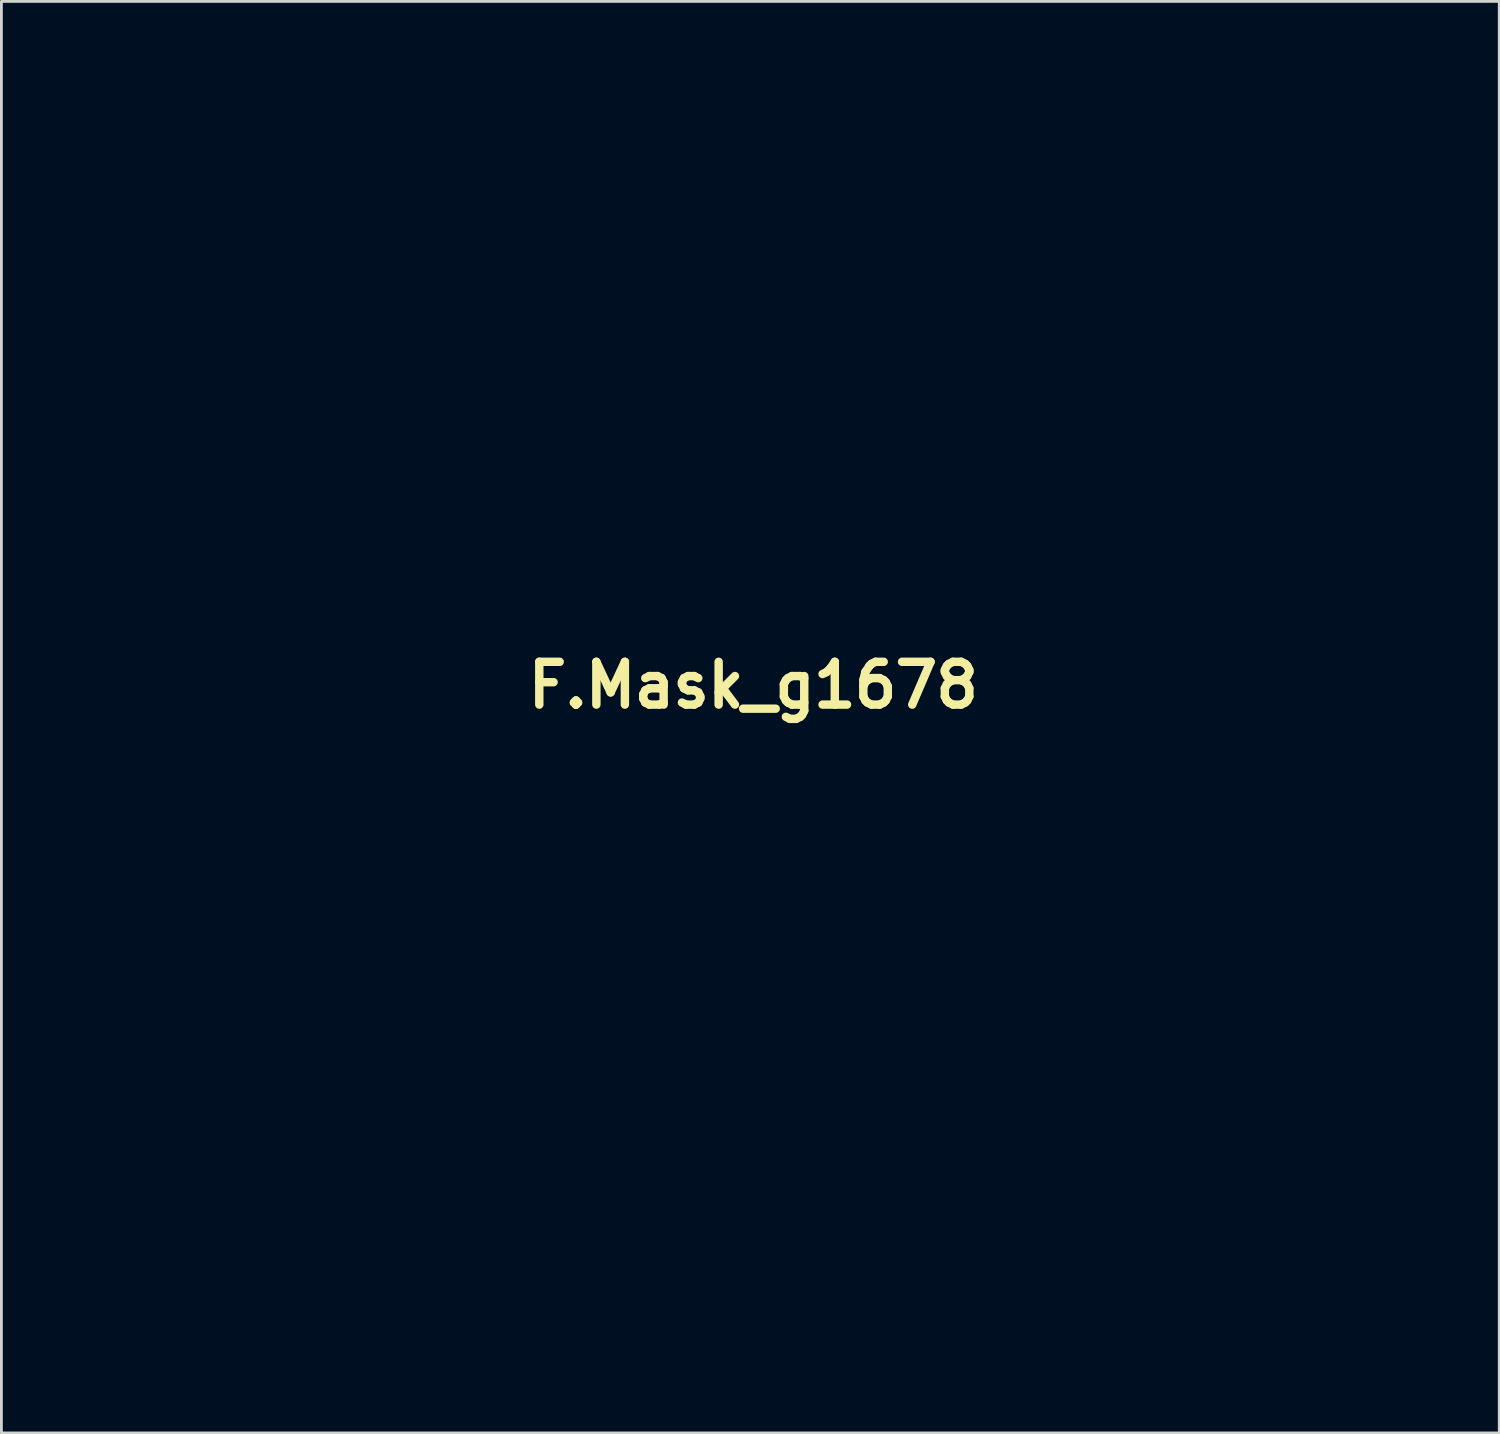
<source format=kicad_pcb>
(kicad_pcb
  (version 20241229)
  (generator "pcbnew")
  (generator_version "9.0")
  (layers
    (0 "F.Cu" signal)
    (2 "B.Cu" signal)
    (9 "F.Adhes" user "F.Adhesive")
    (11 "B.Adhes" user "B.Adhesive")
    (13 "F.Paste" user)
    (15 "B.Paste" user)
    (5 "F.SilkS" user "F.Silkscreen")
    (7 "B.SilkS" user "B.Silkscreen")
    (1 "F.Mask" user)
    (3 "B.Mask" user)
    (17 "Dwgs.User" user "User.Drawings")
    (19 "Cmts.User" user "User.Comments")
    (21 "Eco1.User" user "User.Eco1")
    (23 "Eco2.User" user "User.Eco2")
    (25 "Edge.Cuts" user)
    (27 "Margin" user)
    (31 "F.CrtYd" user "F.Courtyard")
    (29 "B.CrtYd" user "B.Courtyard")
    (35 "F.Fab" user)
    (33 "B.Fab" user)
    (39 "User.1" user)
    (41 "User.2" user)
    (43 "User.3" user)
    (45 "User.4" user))
  (footprint "F.Mask_g1678"
    (layer "F.Cu")
    (at 23.775 21.352)
    (property "Reference" "F.Mask_g1678" (at 0 0 0) (layer "F.SilkS") (effects (font (size 1.524 1.524) (thickness 0.3))))
    (attr through_hole)
    (fp_poly (pts (xy 4.216 22.969) (xy 4.433 22.999) (xy 4.625 23.049) (xy 4.71 23.082) (xy 4.786 23.121) (xy 4.858 23.168) (xy 4.915 23.214) (xy 4.948 23.253) (xy 4.953 23.267) (xy 4.935 23.277) (xy 4.882 23.281) (xy 4.79 23.281) (xy 4.657 23.276) (xy 4.651 23.276) (xy 4.308 23.274) (xy 3.937 23.296) (xy 3.543 23.342) (xy 3.132 23.411) (xy 2.71 23.503) (xy 2.485 23.56) (xy 2.356 23.593) (xy 2.263 23.613) (xy 2.202 23.62) (xy 2.17 23.616) (xy 2.163 23.599) (xy 2.164 23.596) (xy 2.191 23.56) (xy 2.251 23.511) (xy 2.337 23.453) (xy 2.443 23.389) (xy 2.562 23.322) (xy 2.688 23.257) (xy 2.815 23.197) (xy 2.936 23.145) (xy 3.01 23.117) (xy 3.241 23.049) (xy 3.485 22.999) (xy 3.734 22.97) (xy 3.98 22.959) (xy 4.216 22.969)) (stroke (width 0.01) (type solid)) (fill yes) (layer "F.Mask"))
    (fp_poly (pts (xy -23.422 -5.334) (xy -23.397 -5.272) (xy -23.375 -5.17) (xy -23.357 -5.03) (xy -23.343 -4.852) (xy -23.333 -4.637) (xy -23.332 -4.614) (xy -23.328 -4.406) (xy -23.33 -4.232) (xy -23.34 -4.088) (xy -23.357 -3.966) (xy -23.383 -3.859) (xy -23.419 -3.762) (xy -23.442 -3.712) (xy -23.486 -3.633) (xy -23.542 -3.551) (xy -23.602 -3.473) (xy -23.66 -3.407) (xy -23.71 -3.362) (xy -23.745 -3.344) (xy -23.745 -3.344) (xy -23.766 -3.362) (xy -23.77 -3.384) (xy -23.763 -3.429) (xy -23.746 -3.491) (xy -23.74 -3.51) (xy -23.716 -3.595) (xy -23.69 -3.72) (xy -23.663 -3.88) (xy -23.636 -4.073) (xy -23.608 -4.295) (xy -23.581 -4.543) (xy -23.569 -4.655) (xy -23.549 -4.854) (xy -23.531 -5.014) (xy -23.515 -5.139) (xy -23.5 -5.232) (xy -23.486 -5.297) (xy -23.472 -5.336) (xy -23.458 -5.353) (xy -23.451 -5.355) (xy -23.422 -5.334)) (stroke (width 0.01) (type solid)) (fill yes) (layer "F.Mask"))
    (fp_poly (pts (xy 23.54 5.698) (xy 23.558 5.732) (xy 23.558 5.741) (xy 23.549 5.777) (xy 23.521 5.841) (xy 23.481 5.925) (xy 23.431 6.02) (xy 23.419 6.043) (xy 23.204 6.453) (xy 23.022 6.846) (xy 22.869 7.231) (xy 22.743 7.613) (xy 22.643 8.002) (xy 22.564 8.403) (xy 22.521 8.69) (xy 22.494 8.88) (xy 22.468 9.033) (xy 22.442 9.149) (xy 22.417 9.225) (xy 22.394 9.261) (xy 22.394 9.261) (xy 22.373 9.252) (xy 22.348 9.214) (xy 22.34 9.197) (xy 22.312 9.103) (xy 22.291 8.977) (xy 22.276 8.826) (xy 22.269 8.66) (xy 22.27 8.488) (xy 22.278 8.32) (xy 22.295 8.163) (xy 22.3 8.128) (xy 22.351 7.862) (xy 22.419 7.588) (xy 22.502 7.312) (xy 22.596 7.041) (xy 22.7 6.779) (xy 22.812 6.535) (xy 22.928 6.313) (xy 23.046 6.119) (xy 23.163 5.96) (xy 23.193 5.925) (xy 23.283 5.834) (xy 23.366 5.763) (xy 23.44 5.716) (xy 23.499 5.693) (xy 23.54 5.698)) (stroke (width 0.01) (type solid)) (fill yes) (layer "F.Mask"))
    (fp_poly (pts (xy 13.933 -20.453) (xy 13.972 -20.43) (xy 14.043 -20.38) (xy 14.148 -20.304) (xy 14.285 -20.201) (xy 14.455 -20.072) (xy 14.659 -19.916) (xy 14.895 -19.734) (xy 15.164 -19.526) (xy 15.325 -19.401) (xy 15.667 -19.136) (xy 15.978 -18.896) (xy 16.262 -18.679) (xy 16.52 -18.484) (xy 16.754 -18.309) (xy 16.968 -18.151) (xy 17.163 -18.011) (xy 17.342 -17.885) (xy 17.507 -17.772) (xy 17.66 -17.67) (xy 17.764 -17.603) (xy 17.876 -17.528) (xy 17.95 -17.47) (xy 17.985 -17.43) (xy 17.981 -17.406) (xy 17.938 -17.399) (xy 17.857 -17.409) (xy 17.769 -17.428) (xy 17.638 -17.467) (xy 17.479 -17.525) (xy 17.301 -17.599) (xy 17.111 -17.685) (xy 16.917 -17.779) (xy 16.727 -17.878) (xy 16.549 -17.978) (xy 16.508 -18.003) (xy 16.187 -18.208) (xy 15.866 -18.434) (xy 15.548 -18.677) (xy 15.24 -18.932) (xy 14.945 -19.195) (xy 14.668 -19.462) (xy 14.415 -19.729) (xy 14.189 -19.991) (xy 13.995 -20.244) (xy 13.917 -20.357) (xy 13.88 -20.423) (xy 13.874 -20.459) (xy 13.898 -20.465) (xy 13.933 -20.453)) (stroke (width 0.01) (type solid)) (fill yes) (layer "F.Mask"))
    (fp_poly (pts (xy -12.435 -21.266) (xy -12.427 -21.141) (xy -12.45 -21.009) (xy -12.507 -20.86) (xy -12.514 -20.845) (xy -12.605 -20.685) (xy -12.73 -20.512) (xy -12.886 -20.33) (xy -13.068 -20.14) (xy -13.271 -19.948) (xy -13.492 -19.757) (xy -13.726 -19.569) (xy -13.969 -19.389) (xy -14.217 -19.22) (xy -14.465 -19.065) (xy -14.709 -18.929) (xy -14.945 -18.813) (xy -15.06 -18.764) (xy -15.21 -18.709) (xy -15.358 -18.665) (xy -15.499 -18.632) (xy -15.627 -18.611) (xy -15.736 -18.603) (xy -15.819 -18.61) (xy -15.869 -18.631) (xy -15.874 -18.636) (xy -15.889 -18.673) (xy -15.885 -18.692) (xy -15.86 -18.71) (xy -15.806 -18.741) (xy -15.73 -18.78) (xy -15.655 -18.816) (xy -15.478 -18.903) (xy -15.299 -19) (xy -15.114 -19.109) (xy -14.917 -19.233) (xy -14.705 -19.375) (xy -14.473 -19.538) (xy -14.215 -19.726) (xy -14.097 -19.813) (xy -13.848 -20.003) (xy -13.611 -20.188) (xy -13.39 -20.367) (xy -13.188 -20.538) (xy -13.005 -20.698) (xy -12.846 -20.846) (xy -12.713 -20.978) (xy -12.607 -21.093) (xy -12.532 -21.188) (xy -12.494 -21.251) (xy -12.45 -21.347) (xy -12.435 -21.266)) (stroke (width 0.01) (type solid)) (fill yes) (layer "F.Mask"))
    (fp_poly (pts (xy -19.206 3.416) (xy -19.187 3.443) (xy -19.169 3.495) (xy -19.152 3.577) (xy -19.134 3.693) (xy -19.124 3.768) (xy -19.084 3.998) (xy -19.03 4.188) (xy -18.961 4.338) (xy -18.934 4.381) (xy -18.855 4.468) (xy -18.746 4.552) (xy -18.619 4.623) (xy -18.531 4.659) (xy -18.481 4.676) (xy -18.434 4.687) (xy -18.383 4.694) (xy -18.318 4.697) (xy -18.231 4.696) (xy -18.114 4.693) (xy -18.05 4.69) (xy -17.903 4.686) (xy -17.796 4.685) (xy -17.728 4.688) (xy -17.698 4.695) (xy -17.695 4.699) (xy -17.713 4.723) (xy -17.759 4.76) (xy -17.823 4.803) (xy -17.896 4.846) (xy -17.968 4.884) (xy -18.03 4.909) (xy -18.043 4.913) (xy -18.218 4.95) (xy -18.397 4.966) (xy -18.56 4.962) (xy -18.574 4.96) (xy -18.724 4.93) (xy -18.872 4.88) (xy -18.924 4.856) (xy -19.051 4.77) (xy -19.155 4.649) (xy -19.238 4.496) (xy -19.298 4.312) (xy -19.333 4.1) (xy -19.343 3.862) (xy -19.342 3.81) (xy -19.333 3.653) (xy -19.316 3.535) (xy -19.29 3.456) (xy -19.256 3.415) (xy -19.229 3.408) (xy -19.206 3.416)) (stroke (width 0.01) (type solid)) (fill yes) (layer "F.Mask"))
    (fp_poly (pts (xy -12.297 20.598) (xy -12.151 20.611) (xy -11.983 20.637) (xy -11.798 20.673) (xy -11.601 20.72) (xy -11.396 20.776) (xy -11.187 20.839) (xy -10.98 20.909) (xy -10.777 20.986) (xy -10.585 21.067) (xy -10.439 21.135) (xy -10.212 21.257) (xy -9.966 21.403) (xy -9.714 21.566) (xy -9.466 21.741) (xy -9.233 21.918) (xy -9.215 21.933) (xy -9.058 22.063) (xy -8.915 22.188) (xy -8.789 22.305) (xy -8.682 22.413) (xy -8.597 22.508) (xy -8.535 22.588) (xy -8.499 22.65) (xy -8.491 22.692) (xy -8.513 22.711) (xy -8.525 22.712) (xy -8.553 22.7) (xy -8.609 22.666) (xy -8.688 22.616) (xy -8.784 22.551) (xy -8.89 22.477) (xy -8.911 22.462) (xy -9.145 22.298) (xy -9.359 22.154) (xy -9.569 22.02) (xy -9.787 21.888) (xy -9.988 21.771) (xy -10.283 21.608) (xy -10.584 21.453) (xy -10.885 21.309) (xy -11.18 21.178) (xy -11.464 21.062) (xy -11.73 20.964) (xy -11.972 20.888) (xy -12.129 20.847) (xy -12.293 20.806) (xy -12.419 20.769) (xy -12.506 20.736) (xy -12.557 20.706) (xy -12.558 20.705) (xy -12.583 20.676) (xy -12.575 20.652) (xy -12.564 20.641) (xy -12.508 20.612) (xy -12.418 20.598) (xy -12.297 20.598)) (stroke (width 0.01) (type solid)) (fill yes) (layer "F.Mask"))
    (fp_poly (pts (xy -0.636 14.153) (xy -0.617 14.168) (xy -0.578 14.226) (xy -0.542 14.325) (xy -0.519 14.422) (xy -0.49 14.483) (xy -0.432 14.56) (xy -0.348 14.645) (xy -0.246 14.733) (xy -0.131 14.818) (xy -0.095 14.842) (xy 0.125 14.969) (xy 0.335 15.056) (xy 0.537 15.103) (xy 0.732 15.111) (xy 0.923 15.08) (xy 0.984 15.061) (xy 1.176 14.984) (xy 1.343 14.886) (xy 1.495 14.761) (xy 1.641 14.603) (xy 1.689 14.542) (xy 1.793 14.411) (xy 1.878 14.31) (xy 1.944 14.242) (xy 1.989 14.207) (xy 2.003 14.203) (xy 2.026 14.221) (xy 2.041 14.261) (xy 2.045 14.353) (xy 2.022 14.471) (xy 1.976 14.61) (xy 1.912 14.753) (xy 1.86 14.854) (xy 1.808 14.936) (xy 1.748 15.013) (xy 1.669 15.098) (xy 1.632 15.135) (xy 1.467 15.281) (xy 1.296 15.395) (xy 1.105 15.486) (xy 1.021 15.518) (xy 0.913 15.546) (xy 0.781 15.564) (xy 0.639 15.572) (xy 0.501 15.57) (xy 0.383 15.556) (xy 0.342 15.547) (xy 0.148 15.473) (xy -0.043 15.365) (xy -0.218 15.23) (xy -0.274 15.177) (xy -0.436 14.991) (xy -0.558 14.796) (xy -0.639 14.594) (xy -0.679 14.386) (xy -0.683 14.322) (xy -0.684 14.226) (xy -0.677 14.169) (xy -0.662 14.146) (xy -0.636 14.153)) (stroke (width 0.01) (type solid)) (fill yes) (layer "F.Mask"))
    (fp_poly (pts (xy 20.671 -1.219) (xy 20.719 -1.191) (xy 20.785 -1.142) (xy 20.862 -1.079) (xy 20.944 -1.005) (xy 20.966 -0.984) (xy 21.091 -0.835) (xy 21.191 -0.653) (xy 21.266 -0.441) (xy 21.315 -0.204) (xy 21.328 -0.088) (xy 21.327 0.081) (xy 21.295 0.242) (xy 21.229 0.402) (xy 21.127 0.564) (xy 20.988 0.734) (xy 20.959 0.764) (xy 20.87 0.854) (xy 20.782 0.923) (xy 20.69 0.976) (xy 20.586 1.013) (xy 20.464 1.038) (xy 20.317 1.052) (xy 20.137 1.057) (xy 20.046 1.057) (xy 19.903 1.056) (xy 19.796 1.051) (xy 19.718 1.043) (xy 19.662 1.032) (xy 19.637 1.023) (xy 19.578 0.988) (xy 19.558 0.951) (xy 19.566 0.929) (xy 19.594 0.909) (xy 19.646 0.888) (xy 19.727 0.865) (xy 19.84 0.839) (xy 19.989 0.809) (xy 20.012 0.804) (xy 20.178 0.766) (xy 20.312 0.721) (xy 20.425 0.662) (xy 20.525 0.587) (xy 20.584 0.531) (xy 20.68 0.429) (xy 20.754 0.338) (xy 20.817 0.243) (xy 20.88 0.128) (xy 20.886 0.116) (xy 20.925 0.036) (xy 20.949 -0.031) (xy 20.963 -0.103) (xy 20.97 -0.195) (xy 20.972 -0.222) (xy 20.972 -0.332) (xy 20.961 -0.438) (xy 20.935 -0.548) (xy 20.894 -0.669) (xy 20.834 -0.809) (xy 20.753 -0.976) (xy 20.709 -1.066) (xy 20.674 -1.143) (xy 20.652 -1.197) (xy 20.646 -1.222) (xy 20.646 -1.222) (xy 20.671 -1.219)) (stroke (width 0.01) (type solid)) (fill yes) (layer "F.Mask"))
    (fp_poly (pts (xy -16.158 -4.116) (xy -16.079 -4.1) (xy -16.078 -4.1) (xy -15.958 -4.045) (xy -15.822 -3.96) (xy -15.679 -3.85) (xy -15.536 -3.723) (xy -15.398 -3.583) (xy -15.274 -3.438) (xy -15.201 -3.338) (xy -15.098 -3.173) (xy -15.011 -3.004) (xy -14.944 -2.841) (xy -14.903 -2.696) (xy -14.9 -2.679) (xy -14.89 -2.592) (xy -14.884 -2.471) (xy -14.882 -2.323) (xy -14.882 -2.156) (xy -14.886 -1.978) (xy -14.892 -1.795) (xy -14.901 -1.618) (xy -14.913 -1.451) (xy -14.926 -1.305) (xy -14.94 -1.195) (xy -14.973 -1.006) (xy -15.015 -0.805) (xy -15.063 -0.598) (xy -15.115 -0.396) (xy -15.17 -0.204) (xy -15.225 -0.032) (xy -15.278 0.113) (xy -15.32 0.21) (xy -15.383 0.316) (xy -15.473 0.436) (xy -15.579 0.559) (xy -15.692 0.674) (xy -15.804 0.771) (xy -15.859 0.811) (xy -15.981 0.872) (xy -16.135 0.912) (xy -16.315 0.931) (xy -16.514 0.927) (xy -16.727 0.902) (xy -16.751 0.897) (xy -16.939 0.844) (xy -17.125 0.753) (xy -17.305 0.63) (xy -17.473 0.482) (xy -17.622 0.312) (xy -17.749 0.126) (xy -17.846 -0.07) (xy -17.885 -0.179) (xy -17.944 -0.423) (xy -17.983 -0.698) (xy -18.001 -1.006) (xy -17.998 -1.347) (xy -17.975 -1.723) (xy -17.932 -2.135) (xy -17.927 -2.173) (xy -17.878 -2.51) (xy -17.819 -2.809) (xy -17.749 -3.07) (xy -17.668 -3.297) (xy -17.573 -3.491) (xy -17.464 -3.655) (xy -17.338 -3.791) (xy -17.195 -3.902) (xy -17.034 -3.989) (xy -16.852 -4.055) (xy -16.785 -4.073) (xy -16.666 -4.096) (xy -16.533 -4.113) (xy -16.397 -4.122) (xy -16.268 -4.123) (xy -16.158 -4.116)) (stroke (width 0.01) (type solid)) (fill yes) (layer "F.Mask"))
    (fp_poly (pts (xy 13.908 8.705) (xy 13.948 8.761) (xy 13.995 8.842) (xy 14.046 8.942) (xy 14.096 9.053) (xy 14.142 9.168) (xy 14.163 9.229) (xy 14.192 9.316) (xy 14.211 9.39) (xy 14.224 9.464) (xy 14.233 9.55) (xy 14.238 9.659) (xy 14.241 9.729) (xy 14.243 9.884) (xy 14.238 10.009) (xy 14.222 10.116) (xy 14.193 10.218) (xy 14.148 10.327) (xy 14.085 10.456) (xy 14.079 10.467) (xy 14.026 10.563) (xy 13.969 10.648) (xy 13.9 10.733) (xy 13.81 10.829) (xy 13.78 10.86) (xy 13.688 10.951) (xy 13.613 11.018) (xy 13.543 11.07) (xy 13.468 11.116) (xy 13.377 11.162) (xy 13.27 11.211) (xy 13.155 11.256) (xy 13.048 11.292) (xy 13.009 11.303) (xy 12.864 11.33) (xy 12.702 11.343) (xy 12.537 11.343) (xy 12.384 11.33) (xy 12.266 11.306) (xy 12.118 11.256) (xy 11.971 11.189) (xy 11.817 11.103) (xy 11.652 10.992) (xy 11.469 10.855) (xy 11.361 10.768) (xy 11.261 10.684) (xy 11.194 10.623) (xy 11.159 10.584) (xy 11.154 10.565) (xy 11.164 10.562) (xy 11.186 10.569) (xy 11.24 10.587) (xy 11.317 10.615) (xy 11.411 10.648) (xy 11.412 10.649) (xy 11.601 10.715) (xy 11.758 10.766) (xy 11.892 10.805) (xy 12.011 10.831) (xy 12.122 10.848) (xy 12.235 10.857) (xy 12.356 10.86) (xy 12.379 10.86) (xy 12.628 10.842) (xy 12.859 10.786) (xy 13.073 10.693) (xy 13.275 10.561) (xy 13.452 10.404) (xy 13.623 10.209) (xy 13.753 10.003) (xy 13.843 9.786) (xy 13.893 9.555) (xy 13.904 9.309) (xy 13.876 9.047) (xy 13.875 9.038) (xy 13.852 8.891) (xy 13.843 8.783) (xy 13.848 8.714) (xy 13.866 8.683) (xy 13.879 8.682) (xy 13.908 8.705)) (stroke (width 0.01) (type solid)) (fill yes) (layer "F.Mask"))
    (fp_poly (pts (xy -3.996 -6.43) (xy -3.687 -6.408) (xy -3.415 -6.365) (xy -3.178 -6.3) (xy -2.978 -6.215) (xy -2.814 -6.109) (xy -2.733 -6.035) (xy -2.623 -5.902) (xy -2.513 -5.738) (xy -2.409 -5.552) (xy -2.317 -5.355) (xy -2.241 -5.158) (xy -2.198 -5.016) (xy -2.177 -4.926) (xy -2.169 -4.855) (xy -2.171 -4.785) (xy -2.182 -4.71) (xy -2.248 -4.438) (xy -2.353 -4.173) (xy -2.493 -3.919) (xy -2.667 -3.678) (xy -2.871 -3.454) (xy -3.101 -3.25) (xy -3.355 -3.069) (xy -3.63 -2.915) (xy -3.922 -2.792) (xy -3.976 -2.773) (xy -4.118 -2.73) (xy -4.27 -2.696) (xy -4.44 -2.667) (xy -4.635 -2.644) (xy -4.863 -2.626) (xy -4.879 -2.624) (xy -4.995 -2.618) (xy -5.138 -2.612) (xy -5.304 -2.606) (xy -5.485 -2.602) (xy -5.678 -2.598) (xy -5.874 -2.595) (xy -6.07 -2.593) (xy -6.259 -2.592) (xy -6.435 -2.591) (xy -6.593 -2.592) (xy -6.727 -2.594) (xy -6.831 -2.598) (xy -6.899 -2.602) (xy -6.905 -2.603) (xy -7.113 -2.647) (xy -7.334 -2.727) (xy -7.56 -2.841) (xy -7.763 -2.969) (xy -7.894 -3.067) (xy -7.994 -3.164) (xy -8.074 -3.269) (xy -8.129 -3.367) (xy -8.19 -3.501) (xy -8.233 -3.634) (xy -8.262 -3.776) (xy -8.278 -3.937) (xy -8.284 -4.129) (xy -8.284 -4.138) (xy -8.281 -4.313) (xy -8.271 -4.458) (xy -8.25 -4.585) (xy -8.216 -4.706) (xy -8.167 -4.834) (xy -8.118 -4.942) (xy -8.002 -5.152) (xy -7.86 -5.344) (xy -7.69 -5.518) (xy -7.492 -5.676) (xy -7.262 -5.817) (xy -7 -5.944) (xy -6.705 -6.055) (xy -6.375 -6.153) (xy -6.009 -6.238) (xy -5.604 -6.31) (xy -5.161 -6.37) (xy -5.144 -6.372) (xy -4.724 -6.412) (xy -4.342 -6.432) (xy -3.996 -6.43)) (stroke (width 0.01) (type solid)) (fill yes) (layer "F.Mask"))
    (fp_poly (pts (xy -11.537 9.214) (xy -11.523 9.243) (xy -11.517 9.3) (xy -11.519 9.389) (xy -11.528 9.513) (xy -11.545 9.675) (xy -11.55 9.716) (xy -11.569 9.983) (xy -11.564 10.225) (xy -11.531 10.452) (xy -11.472 10.673) (xy -11.47 10.679) (xy -11.361 10.938) (xy -11.216 11.183) (xy -11.038 11.408) (xy -10.831 11.61) (xy -10.6 11.786) (xy -10.349 11.931) (xy -10.081 12.043) (xy -9.921 12.09) (xy -9.842 12.108) (xy -9.769 12.12) (xy -9.691 12.126) (xy -9.595 12.127) (xy -9.47 12.123) (xy -9.452 12.123) (xy -9.285 12.113) (xy -9.133 12.094) (xy -8.989 12.065) (xy -8.847 12.022) (xy -8.697 11.963) (xy -8.534 11.886) (xy -8.35 11.788) (xy -8.2 11.703) (xy -8.104 11.65) (xy -8.021 11.607) (xy -7.957 11.579) (xy -7.92 11.567) (xy -7.915 11.568) (xy -7.899 11.601) (xy -7.908 11.66) (xy -7.939 11.737) (xy -7.99 11.826) (xy -7.991 11.827) (xy -8.088 11.951) (xy -8.214 12.081) (xy -8.364 12.212) (xy -8.528 12.339) (xy -8.701 12.456) (xy -8.876 12.561) (xy -9.045 12.646) (xy -9.201 12.708) (xy -9.335 12.742) (xy -9.436 12.753) (xy -9.566 12.759) (xy -9.712 12.761) (xy -9.861 12.759) (xy -10.003 12.753) (xy -10.126 12.743) (xy -10.21 12.731) (xy -10.49 12.657) (xy -10.749 12.552) (xy -10.993 12.41) (xy -11.17 12.28) (xy -11.408 12.069) (xy -11.605 11.854) (xy -11.763 11.632) (xy -11.884 11.4) (xy -11.968 11.158) (xy -11.979 11.113) (xy -12.008 10.945) (xy -12.021 10.754) (xy -12.019 10.554) (xy -12.002 10.363) (xy -11.989 10.284) (xy -11.963 10.165) (xy -11.926 10.031) (xy -11.881 9.888) (xy -11.831 9.743) (xy -11.778 9.603) (xy -11.726 9.475) (xy -11.676 9.367) (xy -11.632 9.284) (xy -11.595 9.235) (xy -11.591 9.23) (xy -11.56 9.211) (xy -11.537 9.214)) (stroke (width 0.01) (type solid)) (fill yes) (layer "F.Mask"))
    (fp_poly (pts (xy 22.764 -4.325) (xy 22.778 -4.304) (xy 22.794 -4.258) (xy 22.814 -4.183) (xy 22.838 -4.074) (xy 22.867 -3.929) (xy 22.872 -3.905) (xy 22.931 -3.578) (xy 22.982 -3.248) (xy 23.024 -2.908) (xy 23.059 -2.554) (xy 23.086 -2.18) (xy 23.107 -1.78) (xy 23.121 -1.349) (xy 23.129 -0.953) (xy 23.132 -0.476) (xy 23.13 -0.034) (xy 23.121 0.381) (xy 23.105 0.777) (xy 23.081 1.16) (xy 23.048 1.538) (xy 23.008 1.919) (xy 22.958 2.311) (xy 22.898 2.719) (xy 22.881 2.826) (xy 22.857 2.984) (xy 22.833 3.14) (xy 22.812 3.285) (xy 22.793 3.411) (xy 22.78 3.51) (xy 22.774 3.552) (xy 22.763 3.677) (xy 22.754 3.824) (xy 22.749 3.98) (xy 22.747 4.135) (xy 22.75 4.278) (xy 22.756 4.398) (xy 22.762 4.461) (xy 22.77 4.543) (xy 22.762 4.587) (xy 22.736 4.592) (xy 22.691 4.561) (xy 22.652 4.523) (xy 22.611 4.475) (xy 22.582 4.422) (xy 22.562 4.358) (xy 22.55 4.274) (xy 22.544 4.162) (xy 22.543 4.032) (xy 22.543 3.968) (xy 22.545 3.901) (xy 22.549 3.828) (xy 22.554 3.745) (xy 22.562 3.65) (xy 22.573 3.538) (xy 22.587 3.405) (xy 22.604 3.25) (xy 22.625 3.068) (xy 22.65 2.856) (xy 22.679 2.61) (xy 22.713 2.327) (xy 22.731 2.18) (xy 22.773 1.827) (xy 22.808 1.508) (xy 22.837 1.215) (xy 22.861 0.939) (xy 22.879 0.674) (xy 22.892 0.412) (xy 22.902 0.144) (xy 22.907 -0.138) (xy 22.91 -0.441) (xy 22.91 -0.603) (xy 22.91 -0.841) (xy 22.908 -1.055) (xy 22.905 -1.254) (xy 22.901 -1.442) (xy 22.894 -1.628) (xy 22.886 -1.818) (xy 22.875 -2.018) (xy 22.861 -2.236) (xy 22.844 -2.477) (xy 22.823 -2.749) (xy 22.807 -2.964) (xy 22.784 -3.27) (xy 22.765 -3.538) (xy 22.751 -3.769) (xy 22.742 -3.96) (xy 22.737 -4.112) (xy 22.736 -4.225) (xy 22.741 -4.296) (xy 22.749 -4.326) (xy 22.75 -4.326) (xy 22.764 -4.325)) (stroke (width 0.01) (type solid)) (fill yes) (layer "F.Mask"))
    (fp_poly (pts (xy 1.528 6.785) (xy 1.766 6.789) (xy 1.998 6.796) (xy 2.218 6.806) (xy 2.42 6.817) (xy 2.597 6.83) (xy 2.744 6.845) (xy 2.847 6.86) (xy 2.955 6.891) (xy 3.085 6.947) (xy 3.23 7.021) (xy 3.382 7.11) (xy 3.531 7.207) (xy 3.67 7.31) (xy 3.79 7.411) (xy 3.832 7.451) (xy 3.969 7.617) (xy 4.077 7.81) (xy 4.157 8.025) (xy 4.207 8.259) (xy 4.227 8.507) (xy 4.218 8.763) (xy 4.178 9.025) (xy 4.108 9.287) (xy 4.006 9.545) (xy 3.979 9.603) (xy 3.857 9.82) (xy 3.711 10.019) (xy 3.54 10.202) (xy 3.343 10.368) (xy 3.117 10.519) (xy 2.862 10.656) (xy 2.575 10.778) (xy 2.255 10.888) (xy 1.901 10.985) (xy 1.511 11.07) (xy 1.083 11.144) (xy 0.616 11.207) (xy 0.423 11.229) (xy 0.326 11.238) (xy 0.2 11.246) (xy 0.05 11.254) (xy -0.114 11.26) (xy -0.286 11.266) (xy -0.459 11.271) (xy -0.625 11.274) (xy -0.777 11.275) (xy -0.907 11.275) (xy -1.009 11.273) (xy -1.069 11.269) (xy -1.192 11.254) (xy -1.33 11.232) (xy -1.469 11.207) (xy -1.595 11.181) (xy -1.696 11.156) (xy -1.714 11.15) (xy -1.893 11.083) (xy -2.055 10.996) (xy -2.202 10.886) (xy -2.338 10.748) (xy -2.467 10.58) (xy -2.593 10.377) (xy -2.712 10.149) (xy -2.788 9.985) (xy -2.841 9.841) (xy -2.876 9.705) (xy -2.893 9.566) (xy -2.896 9.408) (xy -2.894 9.324) (xy -2.884 9.178) (xy -2.866 9.053) (xy -2.837 8.936) (xy -2.792 8.815) (xy -2.729 8.676) (xy -2.7 8.616) (xy -2.535 8.329) (xy -2.339 8.056) (xy -2.117 7.802) (xy -1.875 7.575) (xy -1.618 7.38) (xy -1.435 7.268) (xy -1.223 7.162) (xy -0.991 7.07) (xy -0.734 6.991) (xy -0.448 6.924) (xy -0.131 6.868) (xy 0.224 6.822) (xy 0.318 6.811) (xy 0.463 6.8) (xy 0.639 6.791) (xy 0.839 6.786) (xy 1.058 6.783) (xy 1.29 6.782) (xy 1.528 6.785)) (stroke (width 0.01) (type solid)) (fill yes) (layer "F.Mask"))
    (fp_poly (pts (xy 15.763 -8.308) (xy 15.902 -8.306) (xy 16.013 -8.301) (xy 16.103 -8.293) (xy 16.18 -8.279) (xy 16.25 -8.259) (xy 16.322 -8.231) (xy 16.402 -8.195) (xy 16.478 -8.158) (xy 16.705 -8.031) (xy 16.916 -7.875) (xy 17.115 -7.691) (xy 17.3 -7.475) (xy 17.474 -7.227) (xy 17.637 -6.946) (xy 17.79 -6.63) (xy 17.933 -6.277) (xy 18.068 -5.886) (xy 18.196 -5.455) (xy 18.278 -5.144) (xy 18.377 -4.723) (xy 18.455 -4.339) (xy 18.51 -3.99) (xy 18.544 -3.675) (xy 18.557 -3.394) (xy 18.548 -3.146) (xy 18.543 -3.09) (xy 18.52 -2.943) (xy 18.488 -2.797) (xy 18.449 -2.663) (xy 18.406 -2.554) (xy 18.379 -2.502) (xy 18.278 -2.366) (xy 18.143 -2.224) (xy 17.983 -2.083) (xy 17.806 -1.948) (xy 17.618 -1.825) (xy 17.427 -1.719) (xy 17.242 -1.637) (xy 17.209 -1.625) (xy 17.103 -1.598) (xy 16.968 -1.581) (xy 16.82 -1.573) (xy 16.672 -1.576) (xy 16.536 -1.589) (xy 16.478 -1.6) (xy 16.244 -1.666) (xy 15.998 -1.762) (xy 15.75 -1.881) (xy 15.514 -2.018) (xy 15.346 -2.133) (xy 15.202 -2.25) (xy 15.05 -2.392) (xy 14.9 -2.549) (xy 14.766 -2.707) (xy 14.671 -2.834) (xy 14.538 -3.05) (xy 14.415 -3.291) (xy 14.308 -3.541) (xy 14.238 -3.747) (xy 14.163 -4.017) (xy 14.091 -4.316) (xy 14.024 -4.634) (xy 13.963 -4.964) (xy 13.909 -5.297) (xy 13.865 -5.626) (xy 13.83 -5.94) (xy 13.806 -6.233) (xy 13.795 -6.497) (xy 13.795 -6.54) (xy 13.795 -6.697) (xy 13.799 -6.822) (xy 13.809 -6.926) (xy 13.828 -7.018) (xy 13.857 -7.109) (xy 13.898 -7.209) (xy 13.951 -7.324) (xy 14.057 -7.533) (xy 14.16 -7.707) (xy 14.265 -7.849) (xy 14.376 -7.966) (xy 14.497 -8.064) (xy 14.634 -8.146) (xy 14.679 -8.169) (xy 14.765 -8.21) (xy 14.842 -8.242) (xy 14.918 -8.266) (xy 14.998 -8.283) (xy 15.09 -8.295) (xy 15.2 -8.303) (xy 15.336 -8.306) (xy 15.505 -8.308) (xy 15.589 -8.308) (xy 15.763 -8.308)) (stroke (width 0.01) (type solid)) (fill yes) (layer "F.Mask"))
    (fp_poly (pts (xy 20.165 10.703) (xy 20.162 10.736) (xy 20.143 10.789) (xy 20.133 10.809) (xy 20.092 10.881) (xy 20.026 10.983) (xy 19.937 11.112) (xy 19.828 11.266) (xy 19.7 11.443) (xy 19.556 11.64) (xy 19.397 11.854) (xy 19.225 12.082) (xy 19.043 12.322) (xy 18.853 12.571) (xy 18.656 12.827) (xy 18.454 13.086) (xy 18.25 13.348) (xy 18.046 13.607) (xy 17.843 13.863) (xy 17.643 14.112) (xy 17.449 14.352) (xy 17.263 14.58) (xy 17.138 14.732) (xy 16.996 14.898) (xy 16.836 15.078) (xy 16.663 15.265) (xy 16.484 15.454) (xy 16.303 15.64) (xy 16.126 15.816) (xy 15.958 15.978) (xy 15.804 16.119) (xy 15.671 16.235) (xy 15.642 16.259) (xy 15.202 16.61) (xy 14.756 16.953) (xy 14.31 17.286) (xy 13.867 17.604) (xy 13.431 17.906) (xy 13.006 18.19) (xy 12.596 18.452) (xy 12.204 18.689) (xy 11.835 18.9) (xy 11.629 19.011) (xy 11.497 19.078) (xy 11.398 19.123) (xy 11.328 19.148) (xy 11.284 19.153) (xy 11.263 19.14) (xy 11.261 19.125) (xy 11.28 19.087) (xy 11.336 19.034) (xy 11.427 18.966) (xy 11.551 18.885) (xy 11.705 18.794) (xy 11.863 18.701) (xy 12.049 18.584) (xy 12.261 18.447) (xy 12.492 18.293) (xy 12.74 18.125) (xy 12.999 17.946) (xy 13.266 17.758) (xy 13.535 17.566) (xy 13.804 17.371) (xy 14.067 17.177) (xy 14.32 16.987) (xy 14.559 16.805) (xy 14.732 16.67) (xy 15.135 16.34) (xy 15.545 15.98) (xy 15.965 15.588) (xy 16.396 15.161) (xy 16.841 14.699) (xy 17.115 14.404) (xy 17.256 14.248) (xy 17.403 14.081) (xy 17.558 13.901) (xy 17.723 13.704) (xy 17.901 13.489) (xy 18.093 13.252) (xy 18.302 12.99) (xy 18.529 12.702) (xy 18.778 12.384) (xy 18.969 12.139) (xy 19.181 11.867) (xy 19.368 11.628) (xy 19.532 11.419) (xy 19.675 11.24) (xy 19.796 11.089) (xy 19.898 10.965) (xy 19.982 10.867) (xy 20.049 10.792) (xy 20.099 10.74) (xy 20.135 10.709) (xy 20.156 10.698) (xy 20.165 10.703)) (stroke (width 0.01) (type solid)) (fill yes) (layer "F.Mask"))
    (fp_poly (pts (xy -19.961 9.973) (xy -19.87 9.98) (xy -19.787 9.992) (xy -19.737 10.002) (xy -19.65 10.028) (xy -19.569 10.06) (xy -19.491 10.102) (xy -19.413 10.156) (xy -19.334 10.224) (xy -19.25 10.31) (xy -19.16 10.415) (xy -19.061 10.544) (xy -18.951 10.697) (xy -18.827 10.878) (xy -18.687 11.09) (xy -18.529 11.334) (xy -18.479 11.413) (xy -18.05 12.056) (xy -17.584 12.7) (xy -17.086 13.341) (xy -16.559 13.974) (xy -16.008 14.593) (xy -15.438 15.193) (xy -14.854 15.77) (xy -14.259 16.317) (xy -13.998 16.544) (xy -13.872 16.654) (xy -13.745 16.766) (xy -13.625 16.873) (xy -13.519 16.971) (xy -13.434 17.051) (xy -13.391 17.093) (xy -13.175 17.337) (xy -12.987 17.599) (xy -12.833 17.873) (xy -12.716 18.152) (xy -12.702 18.193) (xy -12.669 18.311) (xy -12.637 18.449) (xy -12.609 18.596) (xy -12.588 18.736) (xy -12.575 18.858) (xy -12.573 18.919) (xy -12.579 18.981) (xy -12.594 19.017) (xy -12.614 19.021) (xy -12.625 19.009) (xy -12.636 18.983) (xy -12.657 18.923) (xy -12.688 18.837) (xy -12.724 18.731) (xy -12.765 18.611) (xy -12.877 18.304) (xy -13 18.019) (xy -13.13 17.759) (xy -13.267 17.528) (xy -13.408 17.329) (xy -13.551 17.164) (xy -13.695 17.038) (xy -13.734 17.01) (xy -13.842 16.933) (xy -13.977 16.828) (xy -14.133 16.698) (xy -14.309 16.547) (xy -14.5 16.378) (xy -14.704 16.195) (xy -14.917 15.999) (xy -15.135 15.794) (xy -15.356 15.584) (xy -15.576 15.372) (xy -15.791 15.161) (xy -15.998 14.953) (xy -16.194 14.752) (xy -16.376 14.562) (xy -16.54 14.385) (xy -16.619 14.298) (xy -17.039 13.812) (xy -17.427 13.332) (xy -17.789 12.849) (xy -18.134 12.354) (xy -18.468 11.836) (xy -18.689 11.472) (xy -18.829 11.237) (xy -18.951 11.035) (xy -19.055 10.865) (xy -19.146 10.722) (xy -19.224 10.605) (xy -19.291 10.509) (xy -19.351 10.433) (xy -19.404 10.373) (xy -19.453 10.326) (xy -19.501 10.289) (xy -19.548 10.26) (xy -19.564 10.252) (xy -19.61 10.231) (xy -19.682 10.201) (xy -19.772 10.165) (xy -19.87 10.126) (xy -19.967 10.089) (xy -20.057 10.055) (xy -20.129 10.029) (xy -20.175 10.014) (xy -20.186 10.012) (xy -20.193 9.995) (xy -20.193 9.991) (xy -20.174 9.979) (xy -20.122 9.972) (xy -20.048 9.97) (xy -19.961 9.973)) (stroke (width 0.01) (type solid)) (fill yes) (layer "F.Mask"))
    (fp_poly (pts (xy 0.784 -20.611) (xy 1.059 -20.606) (xy 1.305 -20.598) (xy 1.528 -20.586) (xy 1.73 -20.57) (xy 1.915 -20.551) (xy 2.087 -20.527) (xy 2.249 -20.499) (xy 2.404 -20.466) (xy 2.498 -20.444) (xy 2.765 -20.37) (xy 3.006 -20.288) (xy 3.218 -20.198) (xy 3.395 -20.103) (xy 3.535 -20.005) (xy 3.564 -19.98) (xy 3.68 -19.856) (xy 3.797 -19.698) (xy 3.913 -19.514) (xy 4.022 -19.311) (xy 4.122 -19.097) (xy 4.209 -18.88) (xy 4.279 -18.668) (xy 4.328 -18.468) (xy 4.352 -18.309) (xy 4.348 -18.141) (xy 4.309 -17.957) (xy 4.238 -17.76) (xy 4.137 -17.553) (xy 4.009 -17.341) (xy 3.856 -17.126) (xy 3.681 -16.911) (xy 3.486 -16.701) (xy 3.275 -16.497) (xy 3.049 -16.305) (xy 2.812 -16.127) (xy 2.565 -15.967) (xy 2.56 -15.964) (xy 2.245 -15.791) (xy 1.914 -15.645) (xy 1.564 -15.522) (xy 1.191 -15.422) (xy 0.791 -15.345) (xy 0.359 -15.289) (xy 0.042 -15.262) (xy -0.08 -15.255) (xy -0.236 -15.25) (xy -0.42 -15.247) (xy -0.622 -15.245) (xy -0.837 -15.244) (xy -1.054 -15.245) (xy -1.268 -15.247) (xy -1.47 -15.25) (xy -1.652 -15.255) (xy -1.808 -15.261) (xy -1.852 -15.263) (xy -2.032 -15.275) (xy -2.237 -15.29) (xy -2.459 -15.309) (xy -2.692 -15.33) (xy -2.929 -15.352) (xy -3.163 -15.376) (xy -3.388 -15.4) (xy -3.597 -15.424) (xy -3.784 -15.447) (xy -3.941 -15.468) (xy -4.053 -15.485) (xy -4.253 -15.528) (xy -4.444 -15.586) (xy -4.634 -15.664) (xy -4.83 -15.764) (xy -5.039 -15.89) (xy -5.267 -16.046) (xy -5.279 -16.054) (xy -5.485 -16.217) (xy -5.652 -16.385) (xy -5.784 -16.565) (xy -5.886 -16.761) (xy -5.96 -16.979) (xy -5.962 -16.986) (xy -5.984 -17.105) (xy -5.997 -17.253) (xy -6.003 -17.418) (xy -6 -17.59) (xy -5.99 -17.757) (xy -5.971 -17.905) (xy -5.953 -17.995) (xy -5.852 -18.311) (xy -5.713 -18.612) (xy -5.537 -18.896) (xy -5.325 -19.162) (xy -5.08 -19.407) (xy -4.802 -19.63) (xy -4.495 -19.828) (xy -4.263 -19.951) (xy -4.008 -20.062) (xy -3.713 -20.165) (xy -3.378 -20.262) (xy -3.001 -20.351) (xy -2.584 -20.433) (xy -2.124 -20.508) (xy -2.117 -20.509) (xy -1.983 -20.528) (xy -1.855 -20.544) (xy -1.728 -20.558) (xy -1.596 -20.569) (xy -1.455 -20.579) (xy -1.299 -20.587) (xy -1.124 -20.594) (xy -0.925 -20.599) (xy -0.696 -20.603) (xy -0.434 -20.607) (xy -0.243 -20.61) (xy 0.136 -20.613) (xy 0.478 -20.614) (xy 0.784 -20.611)) (stroke (width 0.01) (type solid)) (fill yes) (layer "F.Mask"))
    (fp_poly (pts (xy -22.304 -1.81) (xy -22.242 -1.774) (xy -22.18 -1.707) (xy -22.125 -1.619) (xy -22.087 -1.529) (xy -22.078 -1.495) (xy -22.07 -1.453) (xy -22.063 -1.401) (xy -22.058 -1.333) (xy -22.053 -1.247) (xy -22.048 -1.137) (xy -22.044 -1) (xy -22.04 -0.831) (xy -22.036 -0.627) (xy -22.034 -0.476) (xy -22.03 -0.278) (xy -22.026 -0.09) (xy -22.022 0.083) (xy -22.018 0.237) (xy -22.014 0.366) (xy -22.01 0.465) (xy -22.007 0.53) (xy -22.005 0.55) (xy -21.998 0.608) (xy -21.987 0.695) (xy -21.974 0.803) (xy -21.961 0.917) (xy -21.959 0.931) (xy -21.916 1.263) (xy -21.862 1.605) (xy -21.797 1.959) (xy -21.72 2.33) (xy -21.629 2.721) (xy -21.525 3.136) (xy -21.406 3.579) (xy -21.272 4.052) (xy -21.121 4.561) (xy -21.111 4.593) (xy -21.037 4.839) (xy -20.975 5.049) (xy -20.925 5.228) (xy -20.884 5.38) (xy -20.853 5.51) (xy -20.83 5.622) (xy -20.814 5.721) (xy -20.804 5.811) (xy -20.799 5.897) (xy -20.798 5.948) (xy -20.798 6.055) (xy -20.801 6.131) (xy -20.808 6.187) (xy -20.822 6.234) (xy -20.845 6.284) (xy -20.86 6.313) (xy -20.92 6.418) (xy -21.002 6.543) (xy -21.098 6.68) (xy -21.201 6.817) (xy -21.304 6.944) (xy -21.335 6.981) (xy -21.414 7.069) (xy -21.471 7.125) (xy -21.507 7.15) (xy -21.524 7.145) (xy -21.526 7.131) (xy -21.515 7.105) (xy -21.484 7.05) (xy -21.437 6.975) (xy -21.379 6.885) (xy -21.348 6.838) (xy -21.232 6.659) (xy -21.143 6.504) (xy -21.077 6.364) (xy -21.034 6.234) (xy -21.009 6.106) (xy -21.001 5.973) (xy -21.004 5.863) (xy -21.009 5.795) (xy -21.016 5.729) (xy -21.026 5.662) (xy -21.041 5.588) (xy -21.061 5.503) (xy -21.089 5.403) (xy -21.124 5.283) (xy -21.169 5.139) (xy -21.224 4.967) (xy -21.291 4.761) (xy -21.336 4.625) (xy -21.455 4.26) (xy -21.56 3.929) (xy -21.653 3.628) (xy -21.735 3.352) (xy -21.807 3.096) (xy -21.871 2.855) (xy -21.928 2.623) (xy -21.978 2.397) (xy -22.025 2.17) (xy -22.067 1.939) (xy -22.108 1.698) (xy -22.13 1.556) (xy -22.151 1.408) (xy -22.169 1.25) (xy -22.184 1.079) (xy -22.196 0.89) (xy -22.206 0.68) (xy -22.214 0.444) (xy -22.219 0.179) (xy -22.222 -0.12) (xy -22.224 -0.456) (xy -22.224 -0.55) (xy -22.225 -0.791) (xy -22.226 -0.994) (xy -22.229 -1.162) (xy -22.233 -1.299) (xy -22.239 -1.408) (xy -22.248 -1.495) (xy -22.259 -1.561) (xy -22.272 -1.612) (xy -22.289 -1.65) (xy -22.309 -1.681) (xy -22.322 -1.696) (xy -22.359 -1.747) (xy -22.366 -1.788) (xy -22.346 -1.812) (xy -22.304 -1.81)) (stroke (width 0.01) (type solid)) (fill yes) (layer "F.Mask"))
    (fp_poly (pts (xy 18.305 8.443) (xy 18.344 8.489) (xy 18.394 8.562) (xy 18.451 8.658) (xy 18.514 8.769) (xy 18.578 8.891) (xy 18.641 9.019) (xy 18.7 9.145) (xy 18.751 9.265) (xy 18.792 9.374) (xy 18.799 9.394) (xy 18.832 9.499) (xy 18.852 9.584) (xy 18.863 9.667) (xy 18.866 9.767) (xy 18.867 9.821) (xy 18.851 10.037) (xy 18.809 10.267) (xy 18.742 10.503) (xy 18.654 10.741) (xy 18.547 10.976) (xy 18.425 11.2) (xy 18.29 11.41) (xy 18.146 11.598) (xy 17.996 11.76) (xy 17.843 11.89) (xy 17.724 11.965) (xy 17.599 12.021) (xy 17.439 12.08) (xy 17.247 12.139) (xy 17.03 12.198) (xy 16.793 12.253) (xy 16.792 12.253) (xy 16.668 12.28) (xy 16.579 12.299) (xy 16.519 12.311) (xy 16.481 12.316) (xy 16.459 12.316) (xy 16.447 12.311) (xy 16.44 12.305) (xy 16.448 12.285) (xy 16.481 12.242) (xy 16.533 12.182) (xy 16.596 12.114) (xy 16.694 12.007) (xy 16.764 11.917) (xy 16.809 11.836) (xy 16.835 11.753) (xy 16.847 11.659) (xy 16.848 11.599) (xy 16.843 11.517) (xy 17.314 11.517) (xy 17.316 11.572) (xy 17.322 11.606) (xy 17.333 11.628) (xy 17.35 11.643) (xy 17.359 11.649) (xy 17.401 11.675) (xy 17.428 11.684) (xy 17.45 11.67) (xy 17.493 11.631) (xy 17.551 11.576) (xy 17.583 11.543) (xy 17.703 11.404) (xy 17.828 11.233) (xy 17.953 11.039) (xy 18.074 10.829) (xy 18.184 10.613) (xy 18.28 10.399) (xy 18.354 10.202) (xy 18.39 10.077) (xy 18.416 9.95) (xy 18.432 9.829) (xy 18.436 9.723) (xy 18.428 9.644) (xy 18.417 9.613) (xy 18.377 9.574) (xy 18.321 9.569) (xy 18.251 9.597) (xy 18.17 9.653) (xy 18.08 9.734) (xy 17.984 9.839) (xy 17.885 9.963) (xy 17.785 10.103) (xy 17.687 10.256) (xy 17.592 10.42) (xy 17.505 10.592) (xy 17.427 10.767) (xy 17.407 10.816) (xy 17.376 10.899) (xy 17.354 10.967) (xy 17.339 11.031) (xy 17.33 11.102) (xy 17.324 11.192) (xy 17.319 11.312) (xy 17.319 11.316) (xy 17.315 11.434) (xy 17.314 11.517) (xy 16.843 11.517) (xy 16.841 11.473) (xy 16.815 11.378) (xy 16.767 11.305) (xy 16.692 11.247) (xy 16.682 11.24) (xy 16.614 11.194) (xy 16.569 11.151) (xy 16.553 11.117) (xy 16.567 11.098) (xy 16.619 11.068) (xy 16.687 11.014) (xy 16.76 10.946) (xy 16.827 10.873) (xy 16.879 10.807) (xy 16.938 10.699) (xy 16.981 10.587) (xy 17.003 10.48) (xy 17.002 10.392) (xy 16.998 10.377) (xy 16.971 10.309) (xy 16.935 10.247) (xy 16.905 10.2) (xy 16.891 10.167) (xy 16.891 10.164) (xy 16.91 10.148) (xy 16.959 10.126) (xy 17.029 10.101) (xy 17.038 10.098) (xy 17.186 10.032) (xy 17.316 9.927) (xy 17.427 9.784) (xy 17.456 9.737) (xy 17.504 9.638) (xy 17.537 9.533) (xy 17.557 9.412) (xy 17.567 9.265) (xy 17.568 9.165) (xy 17.57 9.061) (xy 17.576 8.981) (xy 17.584 8.932) (xy 17.59 8.921) (xy 17.617 8.926) (xy 17.666 8.952) (xy 17.723 8.991) (xy 17.807 9.052) (xy 17.87 9.092) (xy 17.922 9.113) (xy 17.973 9.122) (xy 18.009 9.123) (xy 18.106 9.104) (xy 18.183 9.051) (xy 18.236 8.966) (xy 18.263 8.853) (xy 18.266 8.766) (xy 18.263 8.675) (xy 18.261 8.585) (xy 18.259 8.532) (xy 18.262 8.472) (xy 18.274 8.436) (xy 18.28 8.431) (xy 18.305 8.443)) (stroke (width 0.01) (type solid)) (fill yes) (layer "F.Mask"))
    (fp_poly (pts (xy -16.97 9.593) (xy -16.944 9.647) (xy -16.916 9.735) (xy -16.89 9.836) (xy -16.84 9.96) (xy -16.756 10.066) (xy -16.646 10.148) (xy -16.518 10.203) (xy -16.378 10.223) (xy -16.371 10.223) (xy -16.265 10.218) (xy -16.188 10.197) (xy -16.128 10.155) (xy -16.073 10.086) (xy -16.063 10.071) (xy -15.999 9.984) (xy -15.947 9.938) (xy -15.906 9.933) (xy -15.876 9.968) (xy -15.859 10.044) (xy -15.854 10.148) (xy -15.841 10.301) (xy -15.8 10.432) (xy -15.725 10.553) (xy -15.654 10.634) (xy -15.584 10.698) (xy -15.521 10.734) (xy -15.455 10.743) (xy -15.375 10.725) (xy -15.272 10.682) (xy -15.259 10.676) (xy -15.17 10.637) (xy -15.11 10.616) (xy -15.071 10.612) (xy -15.053 10.618) (xy -15.021 10.653) (xy -15.015 10.703) (xy -15.034 10.776) (xy -15.08 10.874) (xy -15.135 11.008) (xy -15.153 11.131) (xy -15.134 11.248) (xy -15.076 11.366) (xy -14.978 11.489) (xy -14.972 11.495) (xy -14.884 11.577) (xy -14.788 11.642) (xy -14.672 11.695) (xy -14.528 11.741) (xy -14.464 11.757) (xy -14.377 11.78) (xy -14.307 11.799) (xy -14.262 11.813) (xy -14.252 11.818) (xy -14.248 11.838) (xy -14.271 11.865) (xy -14.324 11.904) (xy -14.413 11.958) (xy -14.413 11.958) (xy -14.493 12.01) (xy -14.568 12.066) (xy -14.621 12.116) (xy -14.623 12.118) (xy -14.663 12.169) (xy -14.682 12.217) (xy -14.689 12.281) (xy -14.689 12.314) (xy -14.679 12.421) (xy -14.652 12.516) (xy -14.648 12.524) (xy -14.626 12.567) (xy -14.598 12.599) (xy -14.559 12.622) (xy -14.499 12.641) (xy -14.413 12.658) (xy -14.293 12.676) (xy -14.277 12.678) (xy -14.122 12.702) (xy -14.01 12.724) (xy -13.94 12.745) (xy -13.912 12.765) (xy -13.912 12.771) (xy -13.941 12.799) (xy -14.007 12.827) (xy -14.105 12.855) (xy -14.228 12.882) (xy -14.372 12.907) (xy -14.532 12.93) (xy -14.701 12.951) (xy -14.874 12.968) (xy -15.047 12.981) (xy -15.213 12.989) (xy -15.367 12.993) (xy -15.504 12.99) (xy -15.618 12.982) (xy -15.704 12.967) (xy -15.706 12.966) (xy -15.905 12.892) (xy -16.113 12.777) (xy -16.33 12.622) (xy -16.555 12.427) (xy -16.582 12.401) (xy -16.736 12.248) (xy -16.86 12.109) (xy -16.96 11.977) (xy -17.042 11.845) (xy -17.073 11.785) (xy -17.16 11.59) (xy -17.221 11.399) (xy -17.259 11.196) (xy -17.273 11.073) (xy -17.283 10.87) (xy -17.281 10.801) (xy -16.933 10.801) (xy -16.918 10.96) (xy -16.874 11.137) (xy -16.806 11.322) (xy -16.718 11.505) (xy -16.612 11.676) (xy -16.576 11.726) (xy -16.468 11.858) (xy -16.337 11.996) (xy -16.192 12.136) (xy -16.04 12.27) (xy -15.887 12.392) (xy -15.743 12.496) (xy -15.614 12.575) (xy -15.573 12.595) (xy -15.474 12.637) (xy -15.397 12.654) (xy -15.333 12.647) (xy -15.27 12.616) (xy -15.259 12.609) (xy -15.189 12.538) (xy -15.148 12.44) (xy -15.135 12.321) (xy -15.15 12.183) (xy -15.192 12.031) (xy -15.261 11.869) (xy -15.354 11.701) (xy -15.45 11.561) (xy -15.578 11.403) (xy -15.724 11.243) (xy -15.882 11.09) (xy -16.045 10.949) (xy -16.204 10.828) (xy -16.351 10.733) (xy -16.416 10.698) (xy -16.505 10.665) (xy -16.608 10.64) (xy -16.713 10.627) (xy -16.807 10.627) (xy -16.877 10.64) (xy -16.888 10.645) (xy -16.913 10.665) (xy -16.927 10.696) (xy -16.933 10.751) (xy -16.933 10.801) (xy -17.281 10.801) (xy -17.278 10.672) (xy -17.255 10.467) (xy -17.214 10.244) (xy -17.168 10.047) (xy -17.123 9.874) (xy -17.084 9.741) (xy -17.051 9.647) (xy -17.022 9.592) (xy -16.995 9.575) (xy -16.97 9.593)) (stroke (width 0.01) (type solid)) (fill yes) (layer "F.Mask"))
    (fp_poly (pts (xy 10.557 13.501) (xy 10.554 13.541) (xy 10.538 13.633) (xy 10.521 13.741) (xy 10.504 13.856) (xy 10.488 13.969) (xy 10.475 14.074) (xy 10.466 14.162) (xy 10.461 14.223) (xy 10.462 14.25) (xy 10.49 14.276) (xy 10.55 14.308) (xy 10.634 14.343) (xy 10.733 14.379) (xy 10.839 14.413) (xy 10.942 14.441) (xy 11.034 14.462) (xy 11.106 14.471) (xy 11.144 14.469) (xy 11.185 14.451) (xy 11.234 14.411) (xy 11.293 14.348) (xy 11.366 14.258) (xy 11.454 14.138) (xy 11.56 13.986) (xy 11.585 13.949) (xy 11.665 13.833) (xy 11.731 13.741) (xy 11.783 13.675) (xy 11.816 13.64) (xy 11.828 13.636) (xy 11.825 13.665) (xy 11.812 13.73) (xy 11.79 13.825) (xy 11.762 13.944) (xy 11.728 14.083) (xy 11.69 14.237) (xy 11.648 14.399) (xy 11.606 14.564) (xy 11.562 14.727) (xy 11.52 14.883) (xy 11.481 15.026) (xy 11.424 15.221) (xy 11.37 15.386) (xy 11.313 15.527) (xy 11.251 15.65) (xy 11.178 15.763) (xy 11.09 15.869) (xy 10.982 15.977) (xy 10.851 16.091) (xy 10.692 16.219) (xy 10.566 16.316) (xy 10.315 16.493) (xy 10.042 16.662) (xy 9.754 16.818) (xy 9.456 16.961) (xy 9.155 17.086) (xy 8.857 17.191) (xy 8.569 17.275) (xy 8.296 17.334) (xy 8.046 17.365) (xy 8.001 17.368) (xy 7.899 17.372) (xy 7.824 17.371) (xy 7.762 17.364) (xy 7.698 17.346) (xy 7.616 17.318) (xy 7.58 17.304) (xy 7.492 17.272) (xy 7.416 17.247) (xy 7.362 17.232) (xy 7.344 17.23) (xy 7.313 17.222) (xy 7.249 17.202) (xy 7.161 17.17) (xy 7.055 17.131) (xy 6.961 17.094) (xy 6.825 17.043) (xy 6.663 16.986) (xy 6.489 16.926) (xy 6.317 16.87) (xy 6.181 16.828) (xy 6.052 16.788) (xy 5.936 16.752) (xy 5.84 16.721) (xy 5.771 16.697) (xy 5.733 16.683) (xy 5.729 16.68) (xy 5.721 16.667) (xy 5.729 16.657) (xy 5.756 16.649) (xy 5.808 16.642) (xy 5.889 16.636) (xy 6.002 16.631) (xy 6.151 16.626) (xy 6.215 16.625) (xy 6.356 16.62) (xy 6.487 16.614) (xy 6.6 16.608) (xy 6.689 16.601) (xy 6.745 16.594) (xy 6.756 16.592) (xy 6.82 16.562) (xy 6.895 16.501) (xy 6.982 16.407) (xy 7.083 16.277) (xy 7.2 16.111) (xy 7.218 16.084) (xy 7.303 15.954) (xy 7.363 15.853) (xy 7.397 15.774) (xy 7.405 15.71) (xy 7.386 15.656) (xy 7.34 15.607) (xy 7.266 15.554) (xy 7.166 15.494) (xy 7.053 15.427) (xy 6.977 15.375) (xy 6.934 15.335) (xy 6.92 15.306) (xy 6.928 15.29) (xy 6.953 15.289) (xy 7.012 15.295) (xy 7.095 15.308) (xy 7.196 15.326) (xy 7.223 15.332) (xy 7.386 15.362) (xy 7.517 15.38) (xy 7.624 15.385) (xy 7.715 15.379) (xy 7.801 15.361) (xy 7.848 15.346) (xy 7.961 15.297) (xy 8.086 15.23) (xy 8.212 15.151) (xy 8.329 15.066) (xy 8.425 14.984) (xy 8.481 14.924) (xy 8.528 14.866) (xy 8.464 14.667) (xy 8.434 14.567) (xy 8.409 14.469) (xy 8.391 14.388) (xy 8.388 14.362) (xy 8.381 14.3) (xy 8.383 14.273) (xy 8.396 14.273) (xy 8.416 14.286) (xy 8.446 14.312) (xy 8.499 14.361) (xy 8.568 14.426) (xy 8.642 14.498) (xy 8.827 14.679) (xy 8.97 14.678) (xy 9.086 14.667) (xy 9.227 14.637) (xy 9.385 14.592) (xy 9.549 14.534) (xy 9.708 14.466) (xy 9.728 14.456) (xy 9.824 14.404) (xy 9.911 14.344) (xy 9.994 14.269) (xy 10.078 14.174) (xy 10.167 14.055) (xy 10.267 13.906) (xy 10.334 13.801) (xy 10.398 13.698) (xy 10.456 13.609) (xy 10.503 13.54) (xy 10.535 13.496) (xy 10.548 13.483) (xy 10.557 13.501)) (stroke (width 0.01) (type solid)) (fill yes) (layer "F.Mask"))
    (fp_poly (pts (xy -5.849 15.83) (xy -5.81 15.871) (xy -5.761 15.933) (xy -5.727 15.98) (xy -5.665 16.063) (xy -5.6 16.139) (xy -5.542 16.197) (xy -5.521 16.213) (xy -5.39 16.289) (xy -5.237 16.345) (xy -5.081 16.376) (xy -5.068 16.377) (xy -4.993 16.381) (xy -4.931 16.375) (xy -4.875 16.355) (xy -4.819 16.317) (xy -4.757 16.257) (xy -4.683 16.17) (xy -4.592 16.053) (xy -4.586 16.046) (xy -4.537 15.986) (xy -4.498 15.943) (xy -4.474 15.925) (xy -4.472 15.926) (xy -4.465 15.951) (xy -4.457 16.009) (xy -4.448 16.089) (xy -4.443 16.153) (xy -4.417 16.333) (xy -4.369 16.482) (xy -4.294 16.604) (xy -4.188 16.705) (xy -4.048 16.791) (xy -4.008 16.811) (xy -3.85 16.869) (xy -3.689 16.894) (xy -3.519 16.887) (xy -3.334 16.846) (xy -3.192 16.799) (xy -3.066 16.755) (xy -2.974 16.73) (xy -2.912 16.723) (xy -2.875 16.735) (xy -2.868 16.743) (xy -2.877 16.765) (xy -2.913 16.81) (xy -2.969 16.872) (xy -3.04 16.945) (xy -3.068 16.972) (xy -3.153 17.056) (xy -3.213 17.118) (xy -3.25 17.163) (xy -3.271 17.199) (xy -3.28 17.23) (xy -3.281 17.253) (xy -3.265 17.331) (xy -3.222 17.418) (xy -3.163 17.497) (xy -3.097 17.556) (xy -3.086 17.562) (xy -3.017 17.584) (xy -2.914 17.596) (xy -2.786 17.597) (xy -2.641 17.587) (xy -2.486 17.567) (xy -2.445 17.56) (xy -2.35 17.545) (xy -2.262 17.533) (xy -2.196 17.527) (xy -2.18 17.527) (xy -2.106 17.528) (xy -2.184 17.596) (xy -2.223 17.624) (xy -2.294 17.671) (xy -2.39 17.731) (xy -2.507 17.802) (xy -2.638 17.88) (xy -2.778 17.963) (xy -2.921 18.047) (xy -3.063 18.128) (xy -3.196 18.203) (xy -3.316 18.27) (xy -3.374 18.3) (xy -3.48 18.354) (xy -3.599 18.408) (xy -3.709 18.454) (xy -3.729 18.461) (xy -3.809 18.489) (xy -3.877 18.508) (xy -3.948 18.521) (xy -4.032 18.528) (xy -4.142 18.532) (xy -4.18 18.534) (xy -4.348 18.534) (xy -4.505 18.526) (xy -4.636 18.511) (xy -4.638 18.511) (xy -5.027 18.435) (xy -5.398 18.339) (xy -5.744 18.224) (xy -6.058 18.092) (xy -6.066 18.088) (xy -6.256 17.992) (xy -6.412 17.899) (xy -6.541 17.804) (xy -6.652 17.703) (xy -6.653 17.701) (xy -6.717 17.634) (xy -6.771 17.569) (xy -6.819 17.501) (xy -6.863 17.424) (xy -6.907 17.333) (xy -6.953 17.222) (xy -7.004 17.086) (xy -7.022 17.036) (xy -6.53 17.036) (xy -6.518 17.13) (xy -6.465 17.23) (xy -6.374 17.335) (xy -6.244 17.444) (xy -6.076 17.556) (xy -6.02 17.589) (xy -5.76 17.722) (xy -5.47 17.842) (xy -5.158 17.947) (xy -4.837 18.032) (xy -4.673 18.066) (xy -4.552 18.082) (xy -4.412 18.091) (xy -4.266 18.091) (xy -4.123 18.085) (xy -3.994 18.071) (xy -3.892 18.05) (xy -3.855 18.038) (xy -3.773 18.002) (xy -3.693 17.96) (xy -3.659 17.939) (xy -3.607 17.9) (xy -3.583 17.862) (xy -3.577 17.81) (xy -3.577 17.808) (xy -3.58 17.77) (xy -3.593 17.735) (xy -3.622 17.694) (xy -3.671 17.641) (xy -3.743 17.57) (xy -4.006 17.344) (xy -4.295 17.149) (xy -4.606 16.986) (xy -4.936 16.859) (xy -5.278 16.768) (xy -5.63 16.717) (xy -5.718 16.71) (xy -5.924 16.707) (xy -6.098 16.725) (xy -6.249 16.766) (xy -6.327 16.801) (xy -6.435 16.87) (xy -6.503 16.949) (xy -6.53 17.036) (xy -7.022 17.036) (xy -7.063 16.92) (xy -7.111 16.777) (xy -7.161 16.631) (xy -7.209 16.49) (xy -7.255 16.362) (xy -7.293 16.253) (xy -7.323 16.173) (xy -7.334 16.144) (xy -7.361 16.073) (xy -7.378 16.018) (xy -7.381 15.989) (xy -7.38 15.988) (xy -7.364 15.988) (xy -7.329 16.007) (xy -7.271 16.045) (xy -7.189 16.107) (xy -7.077 16.194) (xy -7.074 16.197) (xy -6.949 16.285) (xy -6.832 16.343) (xy -6.712 16.372) (xy -6.58 16.375) (xy -6.427 16.353) (xy -6.32 16.328) (xy -6.183 16.285) (xy -6.075 16.236) (xy -6.001 16.183) (xy -5.979 16.157) (xy -5.957 16.109) (xy -5.935 16.035) (xy -5.919 15.965) (xy -5.902 15.893) (xy -5.885 15.84) (xy -5.87 15.817) (xy -5.849 15.83)) (stroke (width 0.01) (type solid)) (fill yes) (layer "F.Mask")))
  (gr_rect
    (start -3 -3)
    (end 50.339 47.977)
    (stroke (width 0.1) (type default))
    (fill no)
    (layer "Edge.Cuts")))
</source>
